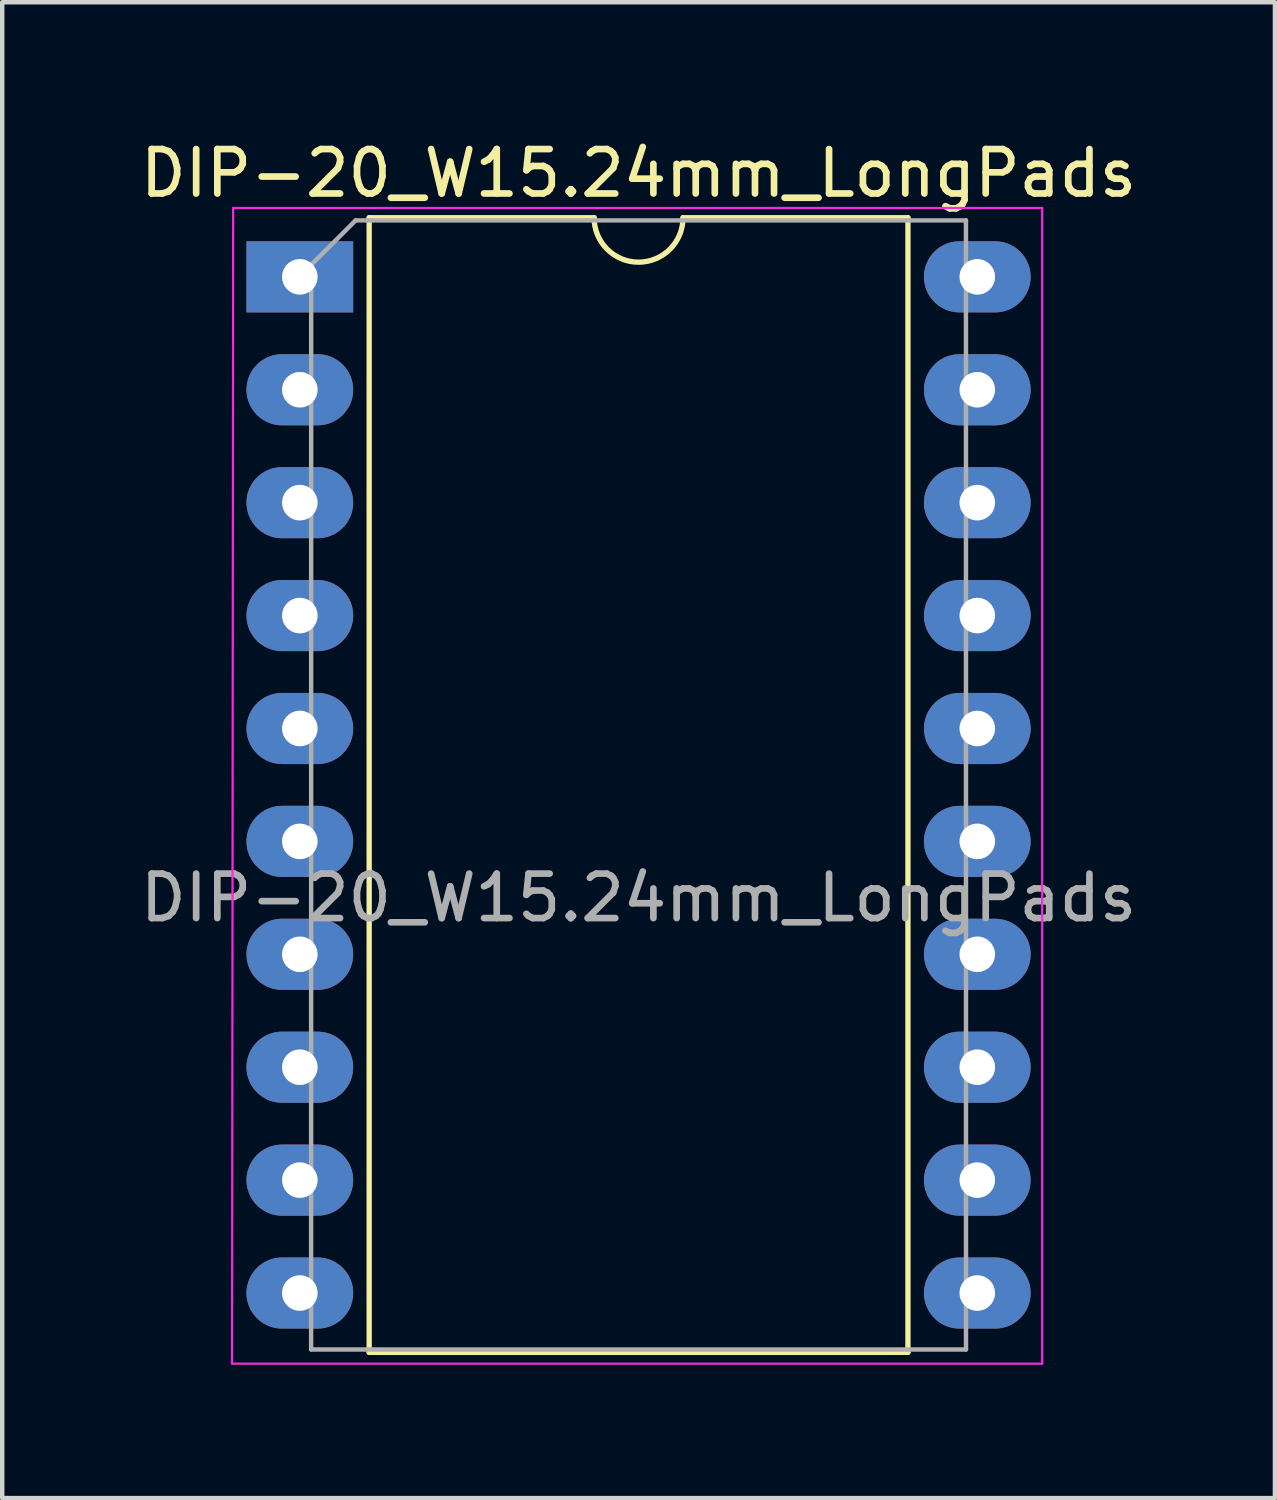
<source format=kicad_pcb>
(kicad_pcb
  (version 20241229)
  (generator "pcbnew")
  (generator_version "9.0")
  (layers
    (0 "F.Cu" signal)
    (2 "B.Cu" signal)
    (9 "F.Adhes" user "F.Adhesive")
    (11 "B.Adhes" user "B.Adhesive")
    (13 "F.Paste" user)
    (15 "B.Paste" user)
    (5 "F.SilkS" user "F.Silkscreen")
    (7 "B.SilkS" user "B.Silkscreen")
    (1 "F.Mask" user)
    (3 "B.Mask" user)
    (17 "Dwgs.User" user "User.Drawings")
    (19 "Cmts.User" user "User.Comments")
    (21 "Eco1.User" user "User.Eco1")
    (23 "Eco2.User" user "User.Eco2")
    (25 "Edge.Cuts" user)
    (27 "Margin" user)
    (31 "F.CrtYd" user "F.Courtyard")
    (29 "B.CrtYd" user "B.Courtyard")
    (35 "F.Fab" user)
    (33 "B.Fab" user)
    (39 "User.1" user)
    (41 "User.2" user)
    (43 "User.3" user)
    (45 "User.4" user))
  (footprint "DIP-20_W15.24mm_LongPads"
    (layer "F.Cu")
    (at 3.695 3.178)
    (property "Reference" "DIP-20_W15.24mm_LongPads" (at 7.62 -2.33 0) (layer "F.SilkS") (effects (font (size 1 1) (thickness 0.15))))
    (attr through_hole)
    (fp_line (start 1.56 -1.33) (end 1.56 24.194) (stroke (width 0.12) (type solid)) (layer "F.SilkS"))
    (fp_line (start 1.56 24.194) (end 13.68 24.194) (stroke (width 0.12) (type solid)) (layer "F.SilkS"))
    (fp_line (start 6.62 -1.33) (end 1.56 -1.33) (stroke (width 0.12) (type solid)) (layer "F.SilkS"))
    (fp_line (start 13.68 -1.33) (end 8.62 -1.33) (stroke (width 0.12) (type solid)) (layer "F.SilkS"))
    (fp_line (start 13.68 24.194) (end 13.68 -1.33) (stroke (width 0.12) (type solid)) (layer "F.SilkS"))
    (fp_arc (start 8.62 -1.33) (mid 7.62 -0.33) (end 6.62 -1.33) (stroke (width 0.12) (type solid)) (layer "F.SilkS"))
    (fp_line (start -1.524 24.448) (end 16.7 24.448) (stroke (width 0.05) (type solid)) (layer "F.CrtYd"))
    (fp_line (start -1.5 -1.55) (end -1.524 24.448) (stroke (width 0.05) (type solid)) (layer "F.CrtYd"))
    (fp_line (start 16.7 -1.55) (end -1.5 -1.55) (stroke (width 0.05) (type solid)) (layer "F.CrtYd"))
    (fp_line (start 16.7 24.448) (end 16.7 -1.55) (stroke (width 0.05) (type solid)) (layer "F.CrtYd"))
    (fp_line (start 0.254 24.13) (end 0.255 -0.27) (stroke (width 0.1) (type solid)) (layer "F.Fab"))
    (fp_line (start 0.255 -0.27) (end 1.255 -1.27) (stroke (width 0.1) (type solid)) (layer "F.Fab"))
    (fp_line (start 1.255 -1.27) (end 14.985 -1.27) (stroke (width 0.1) (type solid)) (layer "F.Fab"))
    (fp_line (start 14.985 -1.27) (end 14.986 24.13) (stroke (width 0.1) (type solid)) (layer "F.Fab"))
    (fp_line (start 14.986 24.13) (end 0.254 24.13) (stroke (width 0.1) (type solid)) (layer "F.Fab"))
    (fp_text user "${REFERENCE}" (at 7.62 13.97 0) (layer "F.Fab") (effects (font (size 1 1) (thickness 0.15))))
    (pad "1" thru_hole rect (at 0 0) (size 2.4 1.6) (drill 0.8) (layers "*.Cu" "*.Mask"))
    (pad "2" thru_hole oval (at 0 2.54) (size 2.4 1.6) (drill 0.8) (layers "*.Cu" "*.Mask"))
    (pad "3" thru_hole oval (at 0 5.08) (size 2.4 1.6) (drill 0.8) (layers "*.Cu" "*.Mask"))
    (pad "4" thru_hole oval (at 0 7.62) (size 2.4 1.6) (drill 0.8) (layers "*.Cu" "*.Mask"))
    (pad "5" thru_hole oval (at 0 10.16) (size 2.4 1.6) (drill 0.8) (layers "*.Cu" "*.Mask"))
    (pad "6" thru_hole oval (at 0 12.7) (size 2.4 1.6) (drill 0.8) (layers "*.Cu" "*.Mask"))
    (pad "7" thru_hole oval (at 0 15.24) (size 2.4 1.6) (drill 0.8) (layers "*.Cu" "*.Mask"))
    (pad "8" thru_hole oval (at 0 17.78) (size 2.4 1.6) (drill 0.8) (layers "*.Cu" "*.Mask"))
    (pad "9" thru_hole oval (at 0 20.32) (size 2.4 1.6) (drill 0.8) (layers "*.Cu" "*.Mask"))
    (pad "10" thru_hole oval (at 0 22.86) (size 2.4 1.6) (drill 0.8) (layers "*.Cu" "*.Mask"))
    (pad "11" thru_hole oval (at 15.24 22.86) (size 2.4 1.6) (drill 0.8) (layers "*.Cu" "*.Mask"))
    (pad "12" thru_hole oval (at 15.24 20.32) (size 2.4 1.6) (drill 0.8) (layers "*.Cu" "*.Mask"))
    (pad "13" thru_hole oval (at 15.24 17.78) (size 2.4 1.6) (drill 0.8) (layers "*.Cu" "*.Mask"))
    (pad "14" thru_hole oval (at 15.24 15.24) (size 2.4 1.6) (drill 0.8) (layers "*.Cu" "*.Mask"))
    (pad "15" thru_hole oval (at 15.24 12.7) (size 2.4 1.6) (drill 0.8) (layers "*.Cu" "*.Mask"))
    (pad "16" thru_hole oval (at 15.24 10.16) (size 2.4 1.6) (drill 0.8) (layers "*.Cu" "*.Mask"))
    (pad "17" thru_hole oval (at 15.24 7.62) (size 2.4 1.6) (drill 0.8) (layers "*.Cu" "*.Mask"))
    (pad "18" thru_hole oval (at 15.24 5.08) (size 2.4 1.6) (drill 0.8) (layers "*.Cu" "*.Mask"))
    (pad "19" thru_hole oval (at 15.24 2.54) (size 2.4 1.6) (drill 0.8) (layers "*.Cu" "*.Mask"))
    (pad "20" thru_hole oval (at 15.24 0) (size 2.4 1.6) (drill 0.8) (layers "*.Cu" "*.Mask")))
  (gr_rect
    (start -3 -3)
    (end 25.631 30.651)
    (stroke (width 0.1) (type default))
    (fill no)
    (layer "Edge.Cuts")))
</source>
